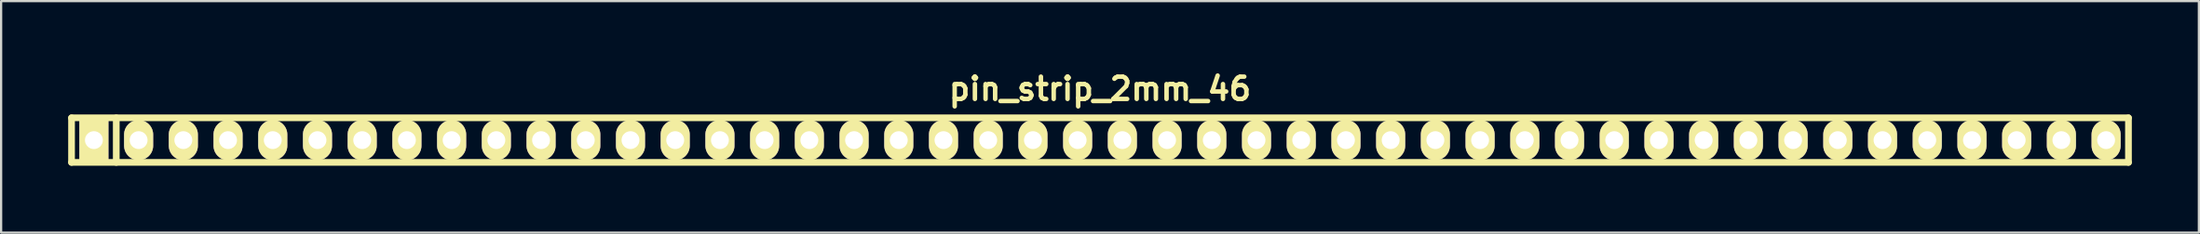
<source format=kicad_pcb>
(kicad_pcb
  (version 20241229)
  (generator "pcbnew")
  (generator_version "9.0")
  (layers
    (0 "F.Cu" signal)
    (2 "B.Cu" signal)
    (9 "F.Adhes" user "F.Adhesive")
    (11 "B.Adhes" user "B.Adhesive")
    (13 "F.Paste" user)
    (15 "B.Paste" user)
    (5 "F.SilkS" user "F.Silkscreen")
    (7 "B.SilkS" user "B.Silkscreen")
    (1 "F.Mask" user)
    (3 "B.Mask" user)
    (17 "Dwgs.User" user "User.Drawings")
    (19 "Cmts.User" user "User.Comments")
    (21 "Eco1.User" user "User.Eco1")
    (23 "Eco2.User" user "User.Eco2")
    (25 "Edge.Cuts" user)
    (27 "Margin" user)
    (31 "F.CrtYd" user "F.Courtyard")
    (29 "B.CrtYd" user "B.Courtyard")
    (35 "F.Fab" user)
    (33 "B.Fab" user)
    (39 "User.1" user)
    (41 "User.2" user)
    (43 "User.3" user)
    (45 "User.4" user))
  (footprint "pin_strip_2mm_46"
    (layer "F.Cu")
    (at 46.15 3.236)
    (property "Reference" "pin_strip_2mm_46" (at 0 -2.3 0) (layer "F.SilkS") (effects (font (size 1 1) (thickness 0.2))))
    (attr through_hole)
    (fp_line (start -46 -1) (end 46 -1) (stroke (width 0.3) (type solid)) (layer "F.SilkS"))
    (fp_line (start -46 1) (end -46 -1) (stroke (width 0.3) (type solid)) (layer "F.SilkS"))
    (fp_line (start -44 -1) (end -44 1) (stroke (width 0.3) (type solid)) (layer "F.SilkS"))
    (fp_line (start 46 -1) (end 46 1) (stroke (width 0.3) (type solid)) (layer "F.SilkS"))
    (fp_line (start 46 1) (end -46 1) (stroke (width 0.3) (type solid)) (layer "F.SilkS"))
    (pad "1" thru_hole rect (at -45 0) (size 1.3 1.8) (drill 0.8) (layers "*.Cu" "*.Mask" "F.SilkS"))
    (pad "2" thru_hole oval (at -43 0) (size 1.3 1.8) (drill 0.8) (layers "*.Cu" "*.Mask" "F.SilkS"))
    (pad "3" thru_hole oval (at -41 0) (size 1.3 1.8) (drill 0.8) (layers "*.Cu" "*.Mask" "F.SilkS"))
    (pad "4" thru_hole oval (at -39 0) (size 1.3 1.8) (drill 0.8) (layers "*.Cu" "*.Mask" "F.SilkS"))
    (pad "5" thru_hole oval (at -37 0) (size 1.3 1.8) (drill 0.8) (layers "*.Cu" "*.Mask" "F.SilkS"))
    (pad "6" thru_hole oval (at -35 0) (size 1.3 1.8) (drill 0.8) (layers "*.Cu" "*.Mask" "F.SilkS"))
    (pad "7" thru_hole oval (at -33 0) (size 1.3 1.8) (drill 0.8) (layers "*.Cu" "*.Mask" "F.SilkS"))
    (pad "8" thru_hole oval (at -31 0) (size 1.3 1.8) (drill 0.8) (layers "*.Cu" "*.Mask" "F.SilkS"))
    (pad "9" thru_hole oval (at -29 0) (size 1.3 1.8) (drill 0.8) (layers "*.Cu" "*.Mask" "F.SilkS"))
    (pad "10" thru_hole oval (at -27 0) (size 1.3 1.8) (drill 0.8) (layers "*.Cu" "*.Mask" "F.SilkS"))
    (pad "11" thru_hole oval (at -25 0) (size 1.3 1.8) (drill 0.8) (layers "*.Cu" "*.Mask" "F.SilkS"))
    (pad "12" thru_hole oval (at -23 0) (size 1.3 1.8) (drill 0.8) (layers "*.Cu" "*.Mask" "F.SilkS"))
    (pad "13" thru_hole oval (at -21 0) (size 1.3 1.8) (drill 0.8) (layers "*.Cu" "*.Mask" "F.SilkS"))
    (pad "14" thru_hole oval (at -19 0) (size 1.3 1.8) (drill 0.8) (layers "*.Cu" "*.Mask" "F.SilkS"))
    (pad "15" thru_hole oval (at -17 0) (size 1.3 1.8) (drill 0.8) (layers "*.Cu" "*.Mask" "F.SilkS"))
    (pad "16" thru_hole oval (at -15 0) (size 1.3 1.8) (drill 0.8) (layers "*.Cu" "*.Mask" "F.SilkS"))
    (pad "17" thru_hole oval (at -13 0) (size 1.3 1.8) (drill 0.8) (layers "*.Cu" "*.Mask" "F.SilkS"))
    (pad "18" thru_hole oval (at -11 0) (size 1.3 1.8) (drill 0.8) (layers "*.Cu" "*.Mask" "F.SilkS"))
    (pad "19" thru_hole oval (at -9 0) (size 1.3 1.8) (drill 0.8) (layers "*.Cu" "*.Mask" "F.SilkS"))
    (pad "20" thru_hole oval (at -7 0) (size 1.3 1.8) (drill 0.8) (layers "*.Cu" "*.Mask" "F.SilkS"))
    (pad "21" thru_hole oval (at -5 0) (size 1.3 1.8) (drill 0.8) (layers "*.Cu" "*.Mask" "F.SilkS"))
    (pad "22" thru_hole oval (at -3 0) (size 1.3 1.8) (drill 0.8) (layers "*.Cu" "*.Mask" "F.SilkS"))
    (pad "23" thru_hole oval (at -1 0) (size 1.3 1.8) (drill 0.8) (layers "*.Cu" "*.Mask" "F.SilkS"))
    (pad "24" thru_hole oval (at 1 0) (size 1.3 1.8) (drill 0.8) (layers "*.Cu" "*.Mask" "F.SilkS"))
    (pad "25" thru_hole oval (at 3 0) (size 1.3 1.8) (drill 0.8) (layers "*.Cu" "*.Mask" "F.SilkS"))
    (pad "26" thru_hole oval (at 5 0) (size 1.3 1.8) (drill 0.8) (layers "*.Cu" "*.Mask" "F.SilkS"))
    (pad "27" thru_hole oval (at 7 0) (size 1.3 1.8) (drill 0.8) (layers "*.Cu" "*.Mask" "F.SilkS"))
    (pad "28" thru_hole oval (at 9 0) (size 1.3 1.8) (drill 0.8) (layers "*.Cu" "*.Mask" "F.SilkS"))
    (pad "29" thru_hole oval (at 11 0) (size 1.3 1.8) (drill 0.8) (layers "*.Cu" "*.Mask" "F.SilkS"))
    (pad "30" thru_hole oval (at 13 0) (size 1.3 1.8) (drill 0.8) (layers "*.Cu" "*.Mask" "F.SilkS"))
    (pad "31" thru_hole oval (at 15 0) (size 1.3 1.8) (drill 0.8) (layers "*.Cu" "*.Mask" "F.SilkS"))
    (pad "32" thru_hole oval (at 17 0) (size 1.3 1.8) (drill 0.8) (layers "*.Cu" "*.Mask" "F.SilkS"))
    (pad "33" thru_hole oval (at 19 0) (size 1.3 1.8) (drill 0.8) (layers "*.Cu" "*.Mask" "F.SilkS"))
    (pad "34" thru_hole oval (at 21 0) (size 1.3 1.8) (drill 0.8) (layers "*.Cu" "*.Mask" "F.SilkS"))
    (pad "35" thru_hole oval (at 23 0) (size 1.3 1.8) (drill 0.8) (layers "*.Cu" "*.Mask" "F.SilkS"))
    (pad "36" thru_hole oval (at 25 0) (size 1.3 1.8) (drill 0.8) (layers "*.Cu" "*.Mask" "F.SilkS"))
    (pad "37" thru_hole oval (at 27 0) (size 1.3 1.8) (drill 0.8) (layers "*.Cu" "*.Mask" "F.SilkS"))
    (pad "38" thru_hole oval (at 29 0) (size 1.3 1.8) (drill 0.8) (layers "*.Cu" "*.Mask" "F.SilkS"))
    (pad "39" thru_hole oval (at 31 0) (size 1.3 1.8) (drill 0.8) (layers "*.Cu" "*.Mask" "F.SilkS"))
    (pad "40" thru_hole oval (at 33 0) (size 1.3 1.8) (drill 0.8) (layers "*.Cu" "*.Mask" "F.SilkS"))
    (pad "41" thru_hole oval (at 35 0) (size 1.3 1.8) (drill 0.8) (layers "*.Cu" "*.Mask" "F.SilkS"))
    (pad "42" thru_hole oval (at 37 0) (size 1.3 1.8) (drill 0.8) (layers "*.Cu" "*.Mask" "F.SilkS"))
    (pad "43" thru_hole oval (at 39 0) (size 1.3 1.8) (drill 0.8) (layers "*.Cu" "*.Mask" "F.SilkS"))
    (pad "44" thru_hole oval (at 41 0) (size 1.3 1.8) (drill 0.8) (layers "*.Cu" "*.Mask" "F.SilkS"))
    (pad "45" thru_hole oval (at 43 0) (size 1.3 1.8) (drill 0.8) (layers "*.Cu" "*.Mask" "F.SilkS"))
    (pad "46" thru_hole oval (at 45 0) (size 1.3 1.8) (drill 0.8) (layers "*.Cu" "*.Mask" "F.SilkS")))
  (gr_rect
    (start -3 -3)
    (end 95.3 7.386)
    (stroke (width 0.1) (type default))
    (fill no)
    (layer "Edge.Cuts")))
</source>
